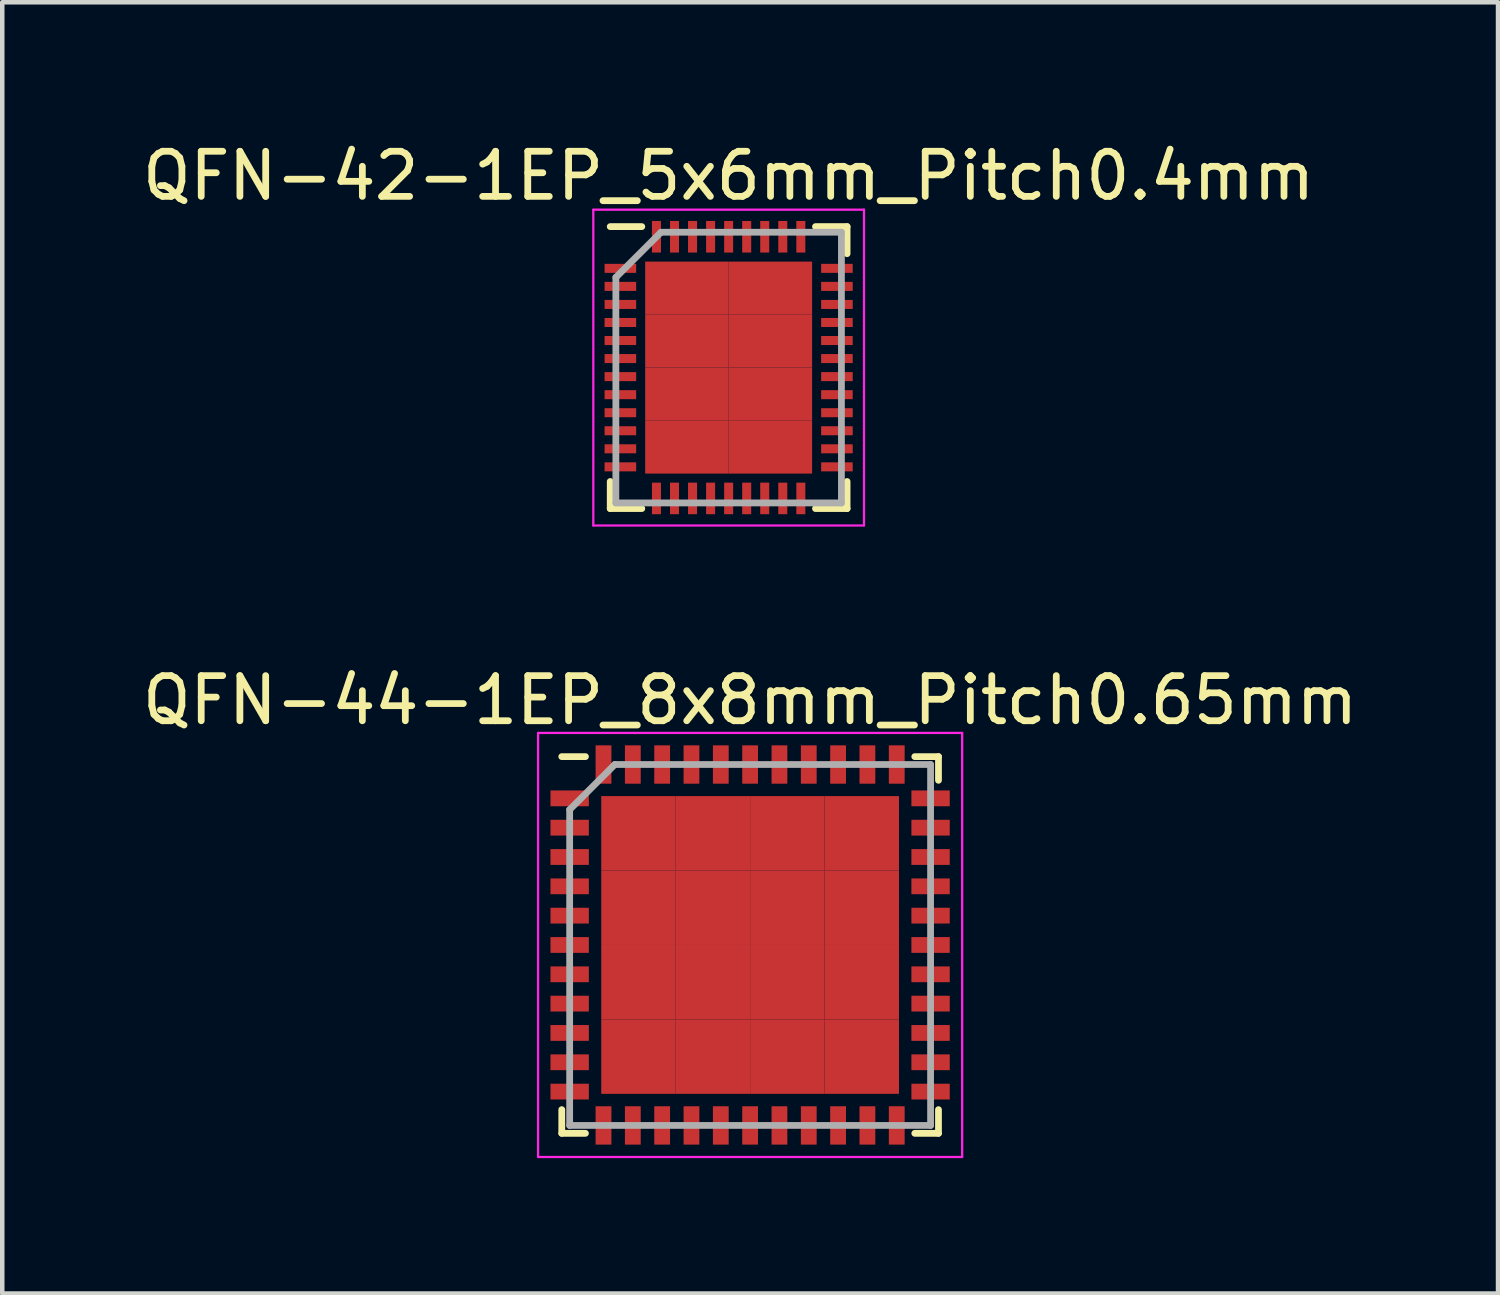
<source format=kicad_pcb>
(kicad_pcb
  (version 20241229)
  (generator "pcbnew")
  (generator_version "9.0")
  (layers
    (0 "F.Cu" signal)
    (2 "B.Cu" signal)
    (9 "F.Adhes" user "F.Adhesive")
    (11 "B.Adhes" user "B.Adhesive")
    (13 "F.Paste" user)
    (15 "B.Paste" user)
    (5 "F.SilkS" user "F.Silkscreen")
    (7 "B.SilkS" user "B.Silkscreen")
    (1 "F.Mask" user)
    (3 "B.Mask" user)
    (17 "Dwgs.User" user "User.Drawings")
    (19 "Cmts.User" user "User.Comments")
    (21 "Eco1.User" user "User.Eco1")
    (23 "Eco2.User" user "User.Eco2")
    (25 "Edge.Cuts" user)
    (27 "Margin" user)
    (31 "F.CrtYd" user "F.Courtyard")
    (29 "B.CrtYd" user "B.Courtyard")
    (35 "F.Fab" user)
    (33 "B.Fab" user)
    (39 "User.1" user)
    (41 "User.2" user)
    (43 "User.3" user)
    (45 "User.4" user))
  (footprint "QFN-42-1EP_5x6mm_Pitch0.4mm"
    (layer "F.Cu")
    (at 13.101 5.098)
    (property "Reference" "QFN-42-1EP_5x6mm_Pitch0.4mm" (at 0 -4.25 0) (layer "F.SilkS") (effects (font (size 1 1) (thickness 0.15))))
    (attr smd)
    (fp_line (start -2.625 -3.125) (end -1.925 -3.125) (stroke (width 0.15) (type solid)) (layer "F.SilkS"))
    (fp_line (start -2.625 3.125) (end -2.625 2.525) (stroke (width 0.15) (type solid)) (layer "F.SilkS"))
    (fp_line (start -2.625 3.125) (end -1.925 3.125) (stroke (width 0.15) (type solid)) (layer "F.SilkS"))
    (fp_line (start 2.625 -3.125) (end 1.925 -3.125) (stroke (width 0.15) (type solid)) (layer "F.SilkS"))
    (fp_line (start 2.625 -3.125) (end 2.625 -2.525) (stroke (width 0.15) (type solid)) (layer "F.SilkS"))
    (fp_line (start 2.625 3.125) (end 1.925 3.125) (stroke (width 0.15) (type solid)) (layer "F.SilkS"))
    (fp_line (start 2.625 3.125) (end 2.625 2.525) (stroke (width 0.15) (type solid)) (layer "F.SilkS"))
    (fp_line (start -3 -3.5) (end -3 3.5) (stroke (width 0.05) (type solid)) (layer "F.CrtYd"))
    (fp_line (start -3 -3.5) (end 3 -3.5) (stroke (width 0.05) (type solid)) (layer "F.CrtYd"))
    (fp_line (start -3 3.5) (end 3 3.5) (stroke (width 0.05) (type solid)) (layer "F.CrtYd"))
    (fp_line (start 3 -3.5) (end 3 3.5) (stroke (width 0.05) (type solid)) (layer "F.CrtYd"))
    (fp_line (start -2.5 -2) (end -1.5 -3) (stroke (width 0.15) (type solid)) (layer "F.Fab"))
    (fp_line (start -2.5 3) (end -2.5 -2) (stroke (width 0.15) (type solid)) (layer "F.Fab"))
    (fp_line (start -1.5 -3) (end 2.5 -3) (stroke (width 0.15) (type solid)) (layer "F.Fab"))
    (fp_line (start 2.5 -3) (end 2.5 3) (stroke (width 0.15) (type solid)) (layer "F.Fab"))
    (fp_line (start 2.5 3) (end -2.5 3) (stroke (width 0.15) (type solid)) (layer "F.Fab"))
    (pad "1" smd rect (at -2.4 -2.2) (size 0.7 0.2) (layers "F.Cu" "F.Mask" "F.Paste"))
    (pad "2" smd rect (at -2.4 -1.8) (size 0.7 0.2) (layers "F.Cu" "F.Mask" "F.Paste"))
    (pad "3" smd rect (at -2.4 -1.4) (size 0.7 0.2) (layers "F.Cu" "F.Mask" "F.Paste"))
    (pad "4" smd rect (at -2.4 -1) (size 0.7 0.2) (layers "F.Cu" "F.Mask" "F.Paste"))
    (pad "5" smd rect (at -2.4 -0.6) (size 0.7 0.2) (layers "F.Cu" "F.Mask" "F.Paste"))
    (pad "6" smd rect (at -2.4 -0.2) (size 0.7 0.2) (layers "F.Cu" "F.Mask" "F.Paste"))
    (pad "7" smd rect (at -2.4 0.2) (size 0.7 0.2) (layers "F.Cu" "F.Mask" "F.Paste"))
    (pad "8" smd rect (at -2.4 0.6) (size 0.7 0.2) (layers "F.Cu" "F.Mask" "F.Paste"))
    (pad "9" smd rect (at -2.4 1) (size 0.7 0.2) (layers "F.Cu" "F.Mask" "F.Paste"))
    (pad "10" smd rect (at -2.4 1.4) (size 0.7 0.2) (layers "F.Cu" "F.Mask" "F.Paste"))
    (pad "11" smd rect (at -2.4 1.8) (size 0.7 0.2) (layers "F.Cu" "F.Mask" "F.Paste"))
    (pad "12" smd rect (at -2.4 2.2) (size 0.7 0.2) (layers "F.Cu" "F.Mask" "F.Paste"))
    (pad "13" smd rect (at -1.6 2.9 90) (size 0.7 0.2) (layers "F.Cu" "F.Mask" "F.Paste"))
    (pad "14" smd rect (at -1.2 2.9 90) (size 0.7 0.2) (layers "F.Cu" "F.Mask" "F.Paste"))
    (pad "15" smd rect (at -0.8 2.9 90) (size 0.7 0.2) (layers "F.Cu" "F.Mask" "F.Paste"))
    (pad "16" smd rect (at -0.4 2.9 90) (size 0.7 0.2) (layers "F.Cu" "F.Mask" "F.Paste"))
    (pad "17" smd rect (at 0 2.9 90) (size 0.7 0.2) (layers "F.Cu" "F.Mask" "F.Paste"))
    (pad "18" smd rect (at 0.4 2.9 90) (size 0.7 0.2) (layers "F.Cu" "F.Mask" "F.Paste"))
    (pad "19" smd rect (at 0.8 2.9 90) (size 0.7 0.2) (layers "F.Cu" "F.Mask" "F.Paste"))
    (pad "20" smd rect (at 1.2 2.9 90) (size 0.7 0.2) (layers "F.Cu" "F.Mask" "F.Paste"))
    (pad "21" smd rect (at 1.6 2.9 90) (size 0.7 0.2) (layers "F.Cu" "F.Mask" "F.Paste"))
    (pad "22" smd rect (at 2.4 2.2) (size 0.7 0.2) (layers "F.Cu" "F.Mask" "F.Paste"))
    (pad "23" smd rect (at 2.4 1.8) (size 0.7 0.2) (layers "F.Cu" "F.Mask" "F.Paste"))
    (pad "24" smd rect (at 2.4 1.4) (size 0.7 0.2) (layers "F.Cu" "F.Mask" "F.Paste"))
    (pad "25" smd rect (at 2.4 1) (size 0.7 0.2) (layers "F.Cu" "F.Mask" "F.Paste"))
    (pad "26" smd rect (at 2.4 0.6) (size 0.7 0.2) (layers "F.Cu" "F.Mask" "F.Paste"))
    (pad "27" smd rect (at 2.4 0.2) (size 0.7 0.2) (layers "F.Cu" "F.Mask" "F.Paste"))
    (pad "28" smd rect (at 2.4 -0.2) (size 0.7 0.2) (layers "F.Cu" "F.Mask" "F.Paste"))
    (pad "29" smd rect (at 2.4 -0.6) (size 0.7 0.2) (layers "F.Cu" "F.Mask" "F.Paste"))
    (pad "30" smd rect (at 2.4 -1) (size 0.7 0.2) (layers "F.Cu" "F.Mask" "F.Paste"))
    (pad "31" smd rect (at 2.4 -1.4) (size 0.7 0.2) (layers "F.Cu" "F.Mask" "F.Paste"))
    (pad "32" smd rect (at 2.4 -1.8) (size 0.7 0.2) (layers "F.Cu" "F.Mask" "F.Paste"))
    (pad "33" smd rect (at 2.4 -2.2) (size 0.7 0.2) (layers "F.Cu" "F.Mask" "F.Paste"))
    (pad "34" smd rect (at 1.6 -2.9 90) (size 0.7 0.2) (layers "F.Cu" "F.Mask" "F.Paste"))
    (pad "35" smd rect (at 1.2 -2.9 90) (size 0.7 0.2) (layers "F.Cu" "F.Mask" "F.Paste"))
    (pad "36" smd rect (at 0.8 -2.9 90) (size 0.7 0.2) (layers "F.Cu" "F.Mask" "F.Paste"))
    (pad "37" smd rect (at 0.4 -2.9 90) (size 0.7 0.2) (layers "F.Cu" "F.Mask" "F.Paste"))
    (pad "38" smd rect (at 0 -2.9 90) (size 0.7 0.2) (layers "F.Cu" "F.Mask" "F.Paste"))
    (pad "39" smd rect (at -0.4 -2.9 90) (size 0.7 0.2) (layers "F.Cu" "F.Mask" "F.Paste"))
    (pad "40" smd rect (at -0.8 -2.9 90) (size 0.7 0.2) (layers "F.Cu" "F.Mask" "F.Paste"))
    (pad "41" smd rect (at -1.2 -2.9 90) (size 0.7 0.2) (layers "F.Cu" "F.Mask" "F.Paste"))
    (pad "42" smd rect (at -1.6 -2.9 90) (size 0.7 0.2) (layers "F.Cu" "F.Mask" "F.Paste"))
    (pad "43" smd rect (at -0.925 -1.762) (size 1.85 1.175) (layers "F.Cu" "F.Mask" "F.Paste"))
    (pad "43" smd rect (at -0.925 -0.588) (size 1.85 1.175) (layers "F.Cu" "F.Mask" "F.Paste"))
    (pad "43" smd rect (at -0.925 0.588) (size 1.85 1.175) (layers "F.Cu" "F.Mask" "F.Paste"))
    (pad "43" smd rect (at -0.925 1.762) (size 1.85 1.175) (layers "F.Cu" "F.Mask" "F.Paste"))
    (pad "43" smd rect (at 0.925 -1.762) (size 1.85 1.175) (layers "F.Cu" "F.Mask" "F.Paste"))
    (pad "43" smd rect (at 0.925 -0.588) (size 1.85 1.175) (layers "F.Cu" "F.Mask" "F.Paste"))
    (pad "43" smd rect (at 0.925 0.588) (size 1.85 1.175) (layers "F.Cu" "F.Mask" "F.Paste"))
    (pad "43" smd rect (at 0.925 1.762) (size 1.85 1.175) (layers "F.Cu" "F.Mask" "F.Paste")))
  (footprint "QFN-44-1EP_8x8mm_Pitch0.65mm"
    (layer "F.Cu")
    (at 13.577 17.896)
    (property "Reference" "QFN-44-1EP_8x8mm_Pitch0.65mm" (at 0 -5.425 0) (layer "F.SilkS") (effects (font (size 1 1) (thickness 0.15))))
    (attr smd)
    (fp_line (start -4.175 -4.175) (end -3.65 -4.175) (stroke (width 0.15) (type solid)) (layer "F.SilkS"))
    (fp_line (start -4.175 4.175) (end -4.175 3.65) (stroke (width 0.15) (type solid)) (layer "F.SilkS"))
    (fp_line (start -4.175 4.175) (end -3.65 4.175) (stroke (width 0.15) (type solid)) (layer "F.SilkS"))
    (fp_line (start 4.175 -4.175) (end 3.65 -4.175) (stroke (width 0.15) (type solid)) (layer "F.SilkS"))
    (fp_line (start 4.175 -4.175) (end 4.175 -3.65) (stroke (width 0.15) (type solid)) (layer "F.SilkS"))
    (fp_line (start 4.175 4.175) (end 3.65 4.175) (stroke (width 0.15) (type solid)) (layer "F.SilkS"))
    (fp_line (start 4.175 4.175) (end 4.175 3.65) (stroke (width 0.15) (type solid)) (layer "F.SilkS"))
    (fp_line (start -4.7 -4.7) (end -4.7 4.7) (stroke (width 0.05) (type solid)) (layer "F.CrtYd"))
    (fp_line (start -4.7 -4.7) (end 4.7 -4.7) (stroke (width 0.05) (type solid)) (layer "F.CrtYd"))
    (fp_line (start -4.7 4.7) (end 4.7 4.7) (stroke (width 0.05) (type solid)) (layer "F.CrtYd"))
    (fp_line (start 4.7 -4.7) (end 4.7 4.7) (stroke (width 0.05) (type solid)) (layer "F.CrtYd"))
    (fp_line (start -4 -3) (end -3 -4) (stroke (width 0.15) (type solid)) (layer "F.Fab"))
    (fp_line (start -4 4) (end -4 -3) (stroke (width 0.15) (type solid)) (layer "F.Fab"))
    (fp_line (start -3 -4) (end 4 -4) (stroke (width 0.15) (type solid)) (layer "F.Fab"))
    (fp_line (start 4 -4) (end 4 4) (stroke (width 0.15) (type solid)) (layer "F.Fab"))
    (fp_line (start 4 4) (end -4 4) (stroke (width 0.15) (type solid)) (layer "F.Fab"))
    (pad "1" smd rect (at -4 -3.25) (size 0.85 0.35) (layers "F.Cu" "F.Mask" "F.Paste"))
    (pad "2" smd rect (at -4 -2.6) (size 0.85 0.35) (layers "F.Cu" "F.Mask" "F.Paste"))
    (pad "3" smd rect (at -4 -1.95) (size 0.85 0.35) (layers "F.Cu" "F.Mask" "F.Paste"))
    (pad "4" smd rect (at -4 -1.3) (size 0.85 0.35) (layers "F.Cu" "F.Mask" "F.Paste"))
    (pad "5" smd rect (at -4 -0.65) (size 0.85 0.35) (layers "F.Cu" "F.Mask" "F.Paste"))
    (pad "6" smd rect (at -4 0) (size 0.85 0.35) (layers "F.Cu" "F.Mask" "F.Paste"))
    (pad "7" smd rect (at -4 0.65) (size 0.85 0.35) (layers "F.Cu" "F.Mask" "F.Paste"))
    (pad "8" smd rect (at -4 1.3) (size 0.85 0.35) (layers "F.Cu" "F.Mask" "F.Paste"))
    (pad "9" smd rect (at -4 1.95) (size 0.85 0.35) (layers "F.Cu" "F.Mask" "F.Paste"))
    (pad "10" smd rect (at -4 2.6) (size 0.85 0.35) (layers "F.Cu" "F.Mask" "F.Paste"))
    (pad "11" smd rect (at -4 3.25) (size 0.85 0.35) (layers "F.Cu" "F.Mask" "F.Paste"))
    (pad "12" smd rect (at -3.25 4 90) (size 0.85 0.35) (layers "F.Cu" "F.Mask" "F.Paste"))
    (pad "13" smd rect (at -2.6 4 90) (size 0.85 0.35) (layers "F.Cu" "F.Mask" "F.Paste"))
    (pad "14" smd rect (at -1.95 4 90) (size 0.85 0.35) (layers "F.Cu" "F.Mask" "F.Paste"))
    (pad "15" smd rect (at -1.3 4 90) (size 0.85 0.35) (layers "F.Cu" "F.Mask" "F.Paste"))
    (pad "16" smd rect (at -0.65 4 90) (size 0.85 0.35) (layers "F.Cu" "F.Mask" "F.Paste"))
    (pad "17" smd rect (at 0 4 90) (size 0.85 0.35) (layers "F.Cu" "F.Mask" "F.Paste"))
    (pad "18" smd rect (at 0.65 4 90) (size 0.85 0.35) (layers "F.Cu" "F.Mask" "F.Paste"))
    (pad "19" smd rect (at 1.3 4 90) (size 0.85 0.35) (layers "F.Cu" "F.Mask" "F.Paste"))
    (pad "20" smd rect (at 1.95 4 90) (size 0.85 0.35) (layers "F.Cu" "F.Mask" "F.Paste"))
    (pad "21" smd rect (at 2.6 4 90) (size 0.85 0.35) (layers "F.Cu" "F.Mask" "F.Paste"))
    (pad "22" smd rect (at 3.25 4 90) (size 0.85 0.35) (layers "F.Cu" "F.Mask" "F.Paste"))
    (pad "23" smd rect (at 4 3.25) (size 0.85 0.35) (layers "F.Cu" "F.Mask" "F.Paste"))
    (pad "24" smd rect (at 4 2.6) (size 0.85 0.35) (layers "F.Cu" "F.Mask" "F.Paste"))
    (pad "25" smd rect (at 4 1.95) (size 0.85 0.35) (layers "F.Cu" "F.Mask" "F.Paste"))
    (pad "26" smd rect (at 4 1.3) (size 0.85 0.35) (layers "F.Cu" "F.Mask" "F.Paste"))
    (pad "27" smd rect (at 4 0.65) (size 0.85 0.35) (layers "F.Cu" "F.Mask" "F.Paste"))
    (pad "28" smd rect (at 4 0) (size 0.85 0.35) (layers "F.Cu" "F.Mask" "F.Paste"))
    (pad "29" smd rect (at 4 -0.65) (size 0.85 0.35) (layers "F.Cu" "F.Mask" "F.Paste"))
    (pad "30" smd rect (at 4 -1.3) (size 0.85 0.35) (layers "F.Cu" "F.Mask" "F.Paste"))
    (pad "31" smd rect (at 4 -1.95) (size 0.85 0.35) (layers "F.Cu" "F.Mask" "F.Paste"))
    (pad "32" smd rect (at 4 -2.6) (size 0.85 0.35) (layers "F.Cu" "F.Mask" "F.Paste"))
    (pad "33" smd rect (at 4 -3.25) (size 0.85 0.35) (layers "F.Cu" "F.Mask" "F.Paste"))
    (pad "34" smd rect (at 3.25 -4 90) (size 0.85 0.35) (layers "F.Cu" "F.Mask" "F.Paste"))
    (pad "35" smd rect (at 2.6 -4 90) (size 0.85 0.35) (layers "F.Cu" "F.Mask" "F.Paste"))
    (pad "36" smd rect (at 1.95 -4 90) (size 0.85 0.35) (layers "F.Cu" "F.Mask" "F.Paste"))
    (pad "37" smd rect (at 1.3 -4 90) (size 0.85 0.35) (layers "F.Cu" "F.Mask" "F.Paste"))
    (pad "38" smd rect (at 0.65 -4 90) (size 0.85 0.35) (layers "F.Cu" "F.Mask" "F.Paste"))
    (pad "39" smd rect (at 0 -4 90) (size 0.85 0.35) (layers "F.Cu" "F.Mask" "F.Paste"))
    (pad "40" smd rect (at -0.65 -4 90) (size 0.85 0.35) (layers "F.Cu" "F.Mask" "F.Paste"))
    (pad "41" smd rect (at -1.3 -4 90) (size 0.85 0.35) (layers "F.Cu" "F.Mask" "F.Paste"))
    (pad "42" smd rect (at -1.95 -4 90) (size 0.85 0.35) (layers "F.Cu" "F.Mask" "F.Paste"))
    (pad "43" smd rect (at -2.6 -4 90) (size 0.85 0.35) (layers "F.Cu" "F.Mask" "F.Paste"))
    (pad "44" smd rect (at -3.25 -4 90) (size 0.85 0.35) (layers "F.Cu" "F.Mask" "F.Paste"))
    (pad "45" smd rect (at -2.475 -2.475) (size 1.65 1.65) (layers "F.Cu" "F.Mask" "F.Paste"))
    (pad "45" smd rect (at -2.475 -0.825) (size 1.65 1.65) (layers "F.Cu" "F.Mask" "F.Paste"))
    (pad "45" smd rect (at -2.475 0.825) (size 1.65 1.65) (layers "F.Cu" "F.Mask" "F.Paste"))
    (pad "45" smd rect (at -2.475 2.475) (size 1.65 1.65) (layers "F.Cu" "F.Mask" "F.Paste"))
    (pad "45" smd rect (at -0.825 -2.475) (size 1.65 1.65) (layers "F.Cu" "F.Mask" "F.Paste"))
    (pad "45" smd rect (at -0.825 -0.825) (size 1.65 1.65) (layers "F.Cu" "F.Mask" "F.Paste"))
    (pad "45" smd rect (at -0.825 0.825) (size 1.65 1.65) (layers "F.Cu" "F.Mask" "F.Paste"))
    (pad "45" smd rect (at -0.825 2.475) (size 1.65 1.65) (layers "F.Cu" "F.Mask" "F.Paste"))
    (pad "45" smd rect (at 0.825 -2.475) (size 1.65 1.65) (layers "F.Cu" "F.Mask" "F.Paste"))
    (pad "45" smd rect (at 0.825 -0.825) (size 1.65 1.65) (layers "F.Cu" "F.Mask" "F.Paste"))
    (pad "45" smd rect (at 0.825 0.825) (size 1.65 1.65) (layers "F.Cu" "F.Mask" "F.Paste"))
    (pad "45" smd rect (at 0.825 2.475) (size 1.65 1.65) (layers "F.Cu" "F.Mask" "F.Paste"))
    (pad "45" smd rect (at 2.475 -2.475) (size 1.65 1.65) (layers "F.Cu" "F.Mask" "F.Paste"))
    (pad "45" smd rect (at 2.475 -0.825) (size 1.65 1.65) (layers "F.Cu" "F.Mask" "F.Paste"))
    (pad "45" smd rect (at 2.475 0.825) (size 1.65 1.65) (layers "F.Cu" "F.Mask" "F.Paste"))
    (pad "45" smd rect (at 2.475 2.475) (size 1.65 1.65) (layers "F.Cu" "F.Mask" "F.Paste")))
  (gr_rect
    (start -3 -3)
    (end 30.155 25.622)
    (stroke (width 0.1) (type default))
    (fill no)
    (layer "Edge.Cuts")))
</source>
